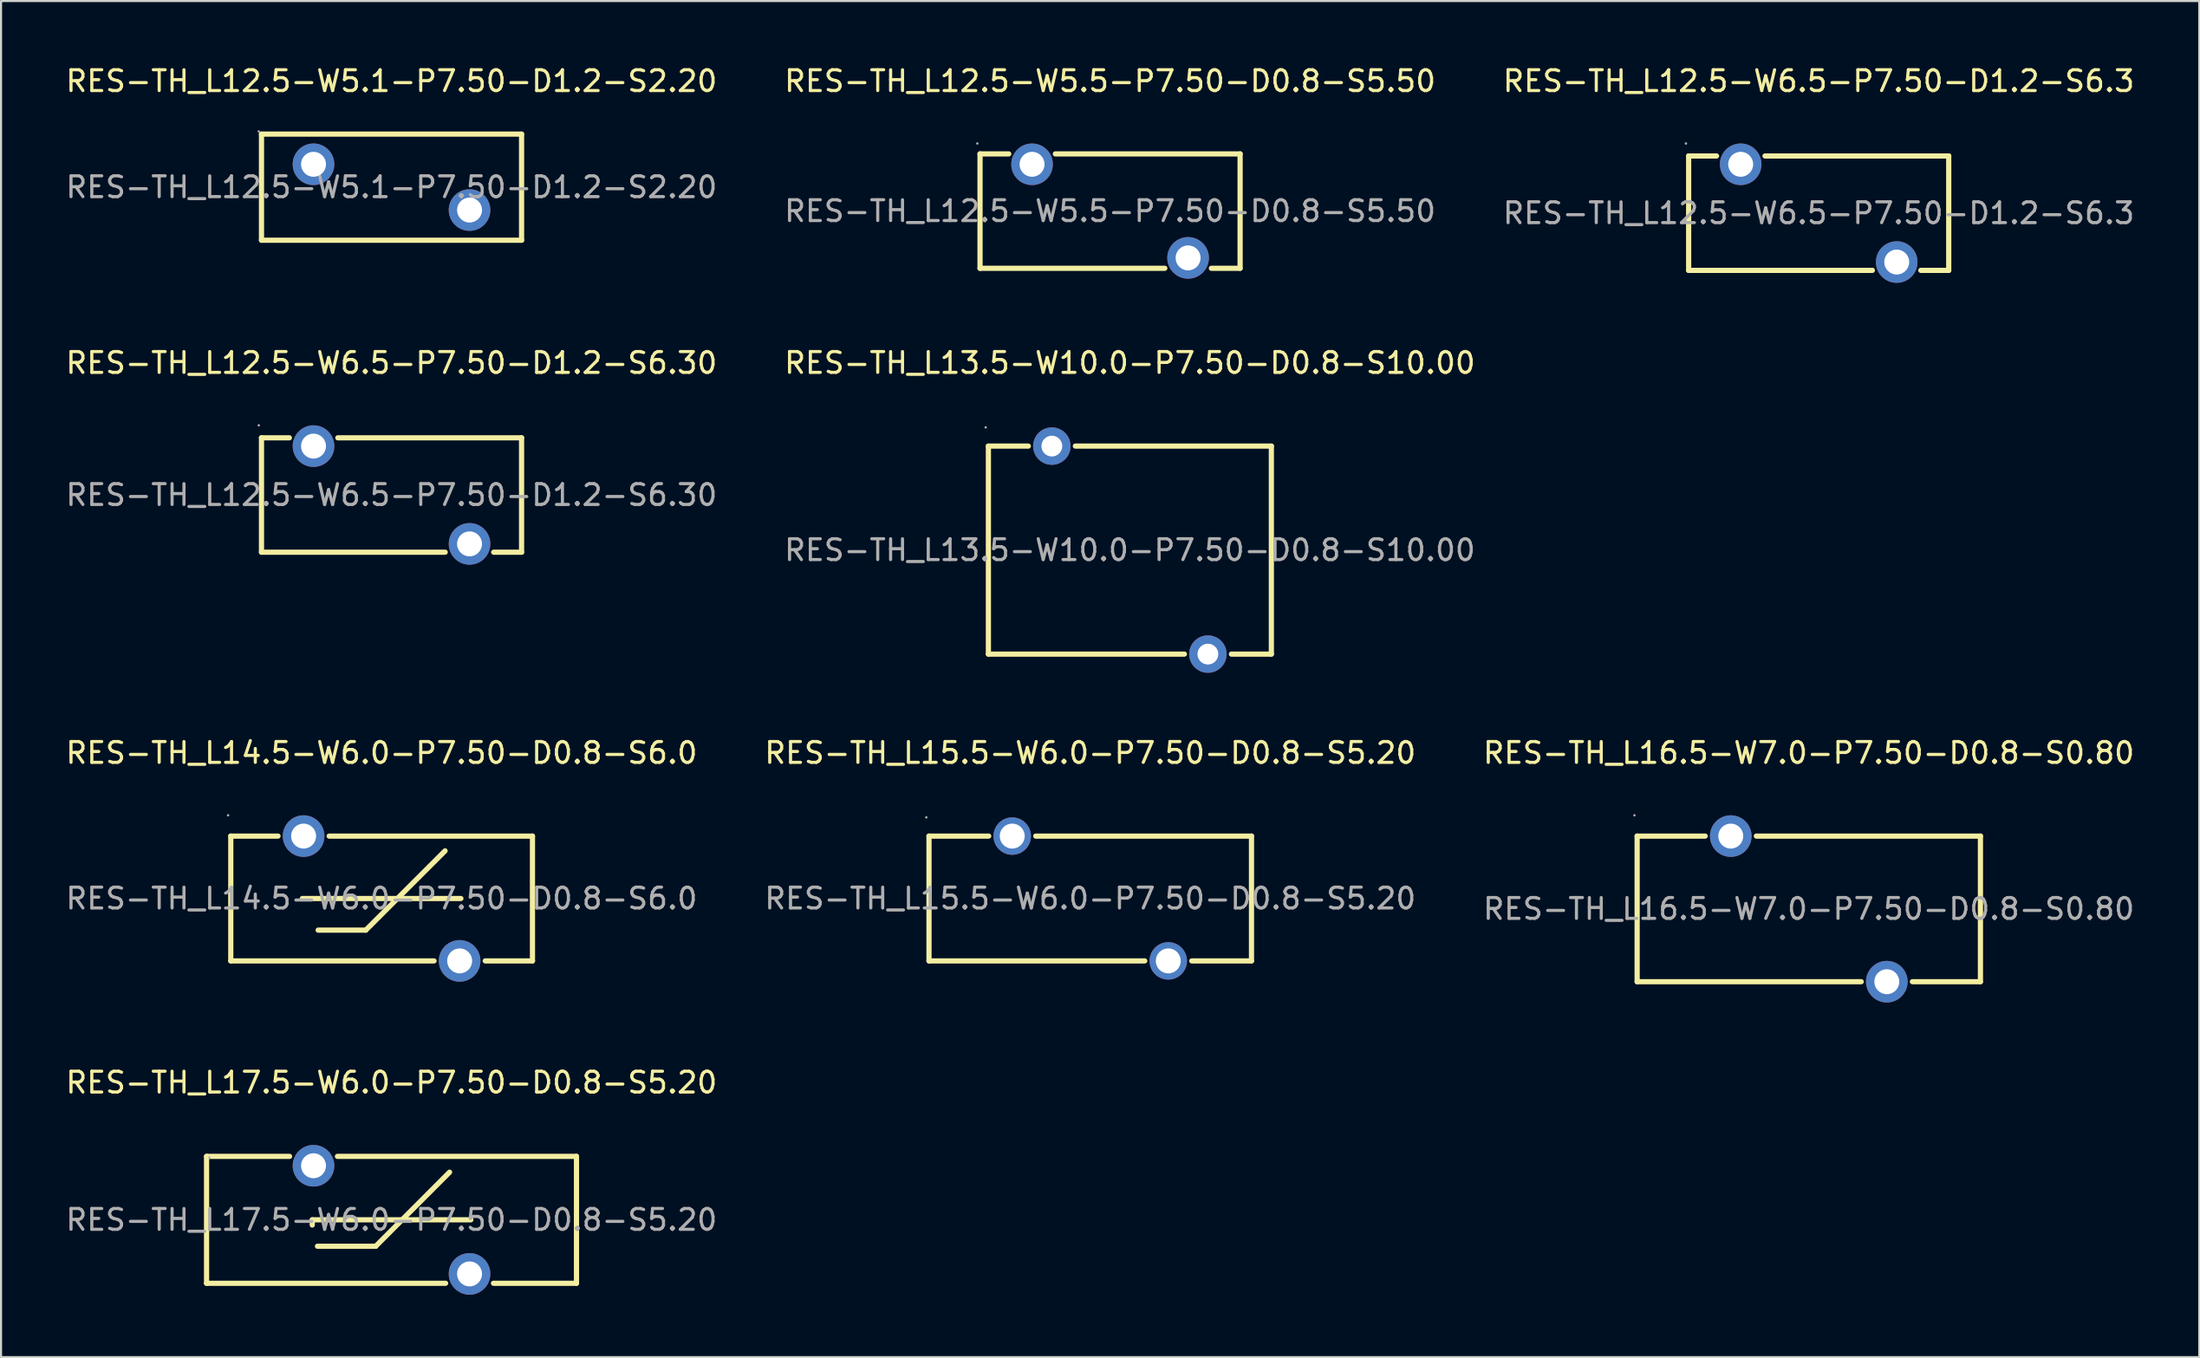
<source format=kicad_pcb>
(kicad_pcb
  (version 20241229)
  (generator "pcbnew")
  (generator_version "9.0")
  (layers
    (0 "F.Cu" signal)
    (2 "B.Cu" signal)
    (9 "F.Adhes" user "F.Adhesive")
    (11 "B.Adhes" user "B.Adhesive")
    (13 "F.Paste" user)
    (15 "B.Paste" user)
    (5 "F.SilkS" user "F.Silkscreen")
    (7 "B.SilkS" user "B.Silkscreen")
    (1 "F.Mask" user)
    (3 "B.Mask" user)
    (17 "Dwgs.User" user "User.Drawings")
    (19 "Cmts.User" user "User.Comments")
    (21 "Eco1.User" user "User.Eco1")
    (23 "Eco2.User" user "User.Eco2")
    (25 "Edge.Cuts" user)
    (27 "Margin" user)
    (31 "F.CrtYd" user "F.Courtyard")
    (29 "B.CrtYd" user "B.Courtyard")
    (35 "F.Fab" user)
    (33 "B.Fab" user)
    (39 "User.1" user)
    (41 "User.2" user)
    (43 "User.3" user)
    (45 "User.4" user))
  (footprint "RES-TH_L16.5-W7.0-P7.50-D0.8-S0.80"
    (layer "F.Cu")
    (at 83.887 40.645)
    (property "Reference" "RES-TH_L16.5-W7.0-P7.50-D0.8-S0.80" (at 0 -7.5 0) (layer "F.SilkS") (effects (font (size 1 1) (thickness 0.15))))
    (attr through_hole)
    (fp_line (start -8.25 -3.5) (end -4.98 -3.5) (stroke (width 0.25) (type solid)) (layer "F.SilkS"))
    (fp_line (start -8.25 3.5) (end -8.25 -3.5) (stroke (width 0.25) (type solid)) (layer "F.SilkS"))
    (fp_line (start -8.25 3.5) (end 2.52 3.5) (stroke (width 0.25) (type solid)) (layer "F.SilkS"))
    (fp_line (start -2.52 -3.5) (end 8.25 -3.5) (stroke (width 0.25) (type solid)) (layer "F.SilkS"))
    (fp_line (start 4.98 3.5) (end 8.25 3.5) (stroke (width 0.25) (type solid)) (layer "F.SilkS"))
    (fp_line (start 8.25 3.5) (end 8.25 -3.5) (stroke (width 0.25) (type solid)) (layer "F.SilkS"))
    (fp_circle (center -8.38 -4.5) (end -8.35 -4.5) (stroke (width 0.06) (type solid)) (fill no) (layer "F.Fab"))
    (fp_circle (center -3.75 -3.5) (end -3.5 -3.5) (stroke (width 0.5) (type solid)) (fill no) (layer "F.Fab"))
    (fp_circle (center 3.75 3.5) (end 4 3.5) (stroke (width 0.5) (type solid)) (fill no) (layer "F.Fab"))
    (fp_text user "${REFERENCE}" (at 0 0 0) (layer "F.Fab") (effects (font (size 1 1) (thickness 0.15))))
    (pad "1" thru_hole circle (at -3.75 -3.5) (size 2 2) (drill 1.2) (layers "*.Cu" "*.Paste" "*.Mask"))
    (pad "2" thru_hole circle (at 3.75 3.5) (size 2 2) (drill 1.2) (layers "*.Cu" "*.Paste" "*.Mask")))
  (footprint "RES-TH_L15.5-W6.0-P7.50-D0.8-S5.20"
    (layer "F.Cu")
    (at 49.351 40.145)
    (property "Reference" "RES-TH_L15.5-W6.0-P7.50-D0.8-S5.20" (at 0 -7 0) (layer "F.SilkS") (effects (font (size 1 1) (thickness 0.15))))
    (attr through_hole)
    (fp_line (start -7.75 -3) (end -4.88 -3) (stroke (width 0.25) (type solid)) (layer "F.SilkS"))
    (fp_line (start -7.75 3) (end -7.75 -3) (stroke (width 0.25) (type solid)) (layer "F.SilkS"))
    (fp_line (start -2.62 -3) (end 7.75 -3) (stroke (width 0.25) (type solid)) (layer "F.SilkS"))
    (fp_line (start 2.62 3) (end -7.75 3) (stroke (width 0.25) (type solid)) (layer "F.SilkS"))
    (fp_line (start 7.75 -3) (end 7.75 3) (stroke (width 0.25) (type solid)) (layer "F.SilkS"))
    (fp_line (start 7.75 3) (end 4.88 3) (stroke (width 0.25) (type solid)) (layer "F.SilkS"))
    (fp_circle (center -7.88 -3.9) (end -7.85 -3.9) (stroke (width 0.06) (type solid)) (fill no) (layer "F.Fab"))
    (fp_circle (center -3.75 -3) (end -3.5 -3) (stroke (width 0.5) (type solid)) (fill no) (layer "F.Fab"))
    (fp_circle (center 3.75 3) (end 4 3) (stroke (width 0.5) (type solid)) (fill no) (layer "F.Fab"))
    (fp_text user "${REFERENCE}" (at 0 0 0) (layer "F.Fab") (effects (font (size 1 1) (thickness 0.15))))
    (pad "1" thru_hole circle (at -3.75 -3) (size 1.8 1.8) (drill 1.2) (layers "*.Cu" "*.Paste" "*.Mask"))
    (pad "2" thru_hole circle (at 3.75 3) (size 1.8 1.8) (drill 1.2) (layers "*.Cu" "*.Paste" "*.Mask")))
  (footprint "RES-TH_L12.5-W5.1-P7.50-D1.2-S2.20"
    (layer "F.Cu")
    (at 15.768 5.948)
    (property "Reference" "RES-TH_L12.5-W5.1-P7.50-D1.2-S2.20" (at 0 -5.1 0) (layer "F.SilkS") (effects (font (size 1 1) (thickness 0.15))))
    (attr through_hole)
    (fp_line (start -6.25 -2.55) (end 6.25 -2.55) (stroke (width 0.25) (type solid)) (layer "F.SilkS"))
    (fp_line (start -6.25 2.55) (end -6.25 -2.55) (stroke (width 0.25) (type solid)) (layer "F.SilkS"))
    (fp_line (start 6.25 -2.55) (end 6.25 2.55) (stroke (width 0.25) (type solid)) (layer "F.SilkS"))
    (fp_line (start 6.25 2.55) (end -6.25 2.55) (stroke (width 0.25) (type solid)) (layer "F.SilkS"))
    (fp_circle (center -6.38 -2.68) (end -6.35 -2.68) (stroke (width 0.06) (type solid)) (fill no) (layer "F.Fab"))
    (fp_circle (center -3.75 -1.1) (end -3.5 -1.1) (stroke (width 0.5) (type solid)) (fill no) (layer "F.Fab"))
    (fp_circle (center 3.75 1.1) (end 4 1.1) (stroke (width 0.5) (type solid)) (fill no) (layer "F.Fab"))
    (fp_text user "${REFERENCE}" (at 0 0 0) (layer "F.Fab") (effects (font (size 1 1) (thickness 0.15))))
    (pad "1" thru_hole circle (at -3.75 -1.1) (size 2 2) (drill 1.2) (layers "*.Cu" "*.Paste" "*.Mask"))
    (pad "2" thru_hole circle (at 3.75 1.1) (size 2 2) (drill 1.2) (layers "*.Cu" "*.Paste" "*.Mask")))
  (footprint "RES-TH_L13.5-W10.0-P7.50-D0.8-S10.00"
    (layer "F.Cu")
    (at 51.256 23.396)
    (property "Reference" "RES-TH_L13.5-W10.0-P7.50-D0.8-S10.00" (at 0 -9 0) (layer "F.SilkS") (effects (font (size 1 1) (thickness 0.15))))
    (attr through_hole)
    (fp_line (start -6.8 -5) (end -6.8 5) (stroke (width 0.25) (type solid)) (layer "F.SilkS"))
    (fp_line (start -6.8 -5) (end -4.88 -5) (stroke (width 0.25) (type solid)) (layer "F.SilkS"))
    (fp_line (start -6.8 5) (end 2.62 5) (stroke (width 0.25) (type solid)) (layer "F.SilkS"))
    (fp_line (start -2.62 -5) (end 6.8 -5) (stroke (width 0.25) (type solid)) (layer "F.SilkS"))
    (fp_line (start 4.88 5) (end 6.8 5) (stroke (width 0.25) (type solid)) (layer "F.SilkS"))
    (fp_line (start 6.8 -5) (end 6.8 5) (stroke (width 0.25) (type solid)) (layer "F.SilkS"))
    (fp_circle (center -6.93 -5.9) (end -6.9 -5.9) (stroke (width 0.06) (type solid)) (fill no) (layer "F.Fab"))
    (fp_circle (center -3.75 -5) (end -3.55 -5) (stroke (width 0.4) (type solid)) (fill no) (layer "F.Fab"))
    (fp_circle (center 3.75 5) (end 3.95 5) (stroke (width 0.4) (type solid)) (fill no) (layer "F.Fab"))
    (fp_text user "${REFERENCE}" (at 0 0 0) (layer "F.Fab") (effects (font (size 1 1) (thickness 0.15))))
    (pad "1" thru_hole circle (at -3.75 -5) (size 1.8 1.8) (drill 1) (layers "*.Cu" "*.Paste" "*.Mask"))
    (pad "2" thru_hole circle (at 3.75 5) (size 1.8 1.8) (drill 1) (layers "*.Cu" "*.Paste" "*.Mask")))
  (footprint "RES-TH_L12.5-W6.5-P7.50-D1.2-S6.30"
    (layer "F.Cu")
    (at 15.768 20.747)
    (property "Reference" "RES-TH_L12.5-W6.5-P7.50-D1.2-S6.30" (at 0 -6.35 0) (layer "F.SilkS") (effects (font (size 1 1) (thickness 0.15))))
    (attr through_hole)
    (fp_line (start -6.25 -2.75) (end -4.91 -2.75) (stroke (width 0.25) (type solid)) (layer "F.SilkS"))
    (fp_line (start -6.25 2.75) (end -6.25 -2.75) (stroke (width 0.25) (type solid)) (layer "F.SilkS"))
    (fp_line (start -2.58 -2.75) (end 6.25 -2.75) (stroke (width 0.25) (type solid)) (layer "F.SilkS"))
    (fp_line (start 2.58 2.75) (end -6.25 2.75) (stroke (width 0.25) (type solid)) (layer "F.SilkS"))
    (fp_line (start 6.25 -2.75) (end 6.25 2.75) (stroke (width 0.25) (type solid)) (layer "F.SilkS"))
    (fp_line (start 6.25 2.75) (end 4.91 2.75) (stroke (width 0.25) (type solid)) (layer "F.SilkS"))
    (fp_circle (center -6.38 -3.35) (end -6.35 -3.35) (stroke (width 0.06) (type solid)) (fill no) (layer "F.Fab"))
    (fp_circle (center -3.75 -2.35) (end -3.5 -2.35) (stroke (width 0.5) (type solid)) (fill no) (layer "F.Fab"))
    (fp_circle (center 3.75 2.35) (end 4 2.35) (stroke (width 0.5) (type solid)) (fill no) (layer "F.Fab"))
    (fp_text user "${REFERENCE}" (at 0 0 0) (layer "F.Fab") (effects (font (size 1 1) (thickness 0.15))))
    (pad "1" thru_hole circle (at -3.75 -2.35) (size 2 2) (drill 1.2) (layers "*.Cu" "*.Paste" "*.Mask"))
    (pad "2" thru_hole circle (at 3.75 2.35) (size 2 2) (drill 1.2) (layers "*.Cu" "*.Paste" "*.Mask")))
  (footprint "RES-TH_L17.5-W6.0-P7.50-D0.8-S5.20"
    (layer "F.Cu")
    (at 15.768 55.593)
    (property "Reference" "RES-TH_L17.5-W6.0-P7.50-D0.8-S5.20" (at 0 -6.6 0) (layer "F.SilkS") (effects (font (size 1 1) (thickness 0.15))))
    (attr through_hole)
    (fp_line (start -8.89 -3.05) (end -4.9 -3.05) (stroke (width 0.25) (type solid)) (layer "F.SilkS"))
    (fp_line (start -8.89 3.05) (end -8.89 -3.05) (stroke (width 0.25) (type solid)) (layer "F.SilkS"))
    (fp_line (start -3.81 0) (end 3.81 0) (stroke (width 0.25) (type solid)) (layer "F.SilkS"))
    (fp_line (start -3.81 0.25) (end -3.81 0) (stroke (width 0.25) (type solid)) (layer "F.SilkS"))
    (fp_line (start -3.56 1.27) (end -0.76 1.27) (stroke (width 0.25) (type solid)) (layer "F.SilkS"))
    (fp_line (start -2.6 -3.05) (end 8.89 -3.05) (stroke (width 0.25) (type solid)) (layer "F.SilkS"))
    (fp_line (start -0.76 1.27) (end 2.79 -2.29) (stroke (width 0.25) (type solid)) (layer "F.SilkS"))
    (fp_line (start 2.6 3.05) (end -8.89 3.05) (stroke (width 0.25) (type solid)) (layer "F.SilkS"))
    (fp_line (start 8.89 -3.05) (end 8.89 3.05) (stroke (width 0.25) (type solid)) (layer "F.SilkS"))
    (fp_line (start 8.89 3.05) (end 4.9 3.05) (stroke (width 0.25) (type solid)) (layer "F.SilkS"))
    (fp_circle (center -8.75 -3) (end -8.72 -3) (stroke (width 0.06) (type solid)) (fill no) (layer "F.Fab"))
    (fp_circle (center -3.75 -2.6) (end -3.55 -2.6) (stroke (width 0.4) (type solid)) (fill no) (layer "F.Fab"))
    (fp_circle (center 3.75 2.6) (end 3.95 2.6) (stroke (width 0.4) (type solid)) (fill no) (layer "F.Fab"))
    (fp_text user "${REFERENCE}" (at 0 0 0) (layer "F.Fab") (effects (font (size 1 1) (thickness 0.15))))
    (pad "1" thru_hole circle (at -3.75 -2.6) (size 2 2) (drill 1.2) (layers "*.Cu" "*.Paste" "*.Mask"))
    (pad "2" thru_hole circle (at 3.75 2.6) (size 2 2) (drill 1.2) (layers "*.Cu" "*.Paste" "*.Mask")))
  (footprint "RES-TH_L12.5-W5.5-P7.50-D0.8-S5.50"
    (layer "F.Cu")
    (at 50.304 7.098)
    (property "Reference" "RES-TH_L12.5-W5.5-P7.50-D0.8-S5.50" (at 0 -6.25 0) (layer "F.SilkS") (effects (font (size 1 1) (thickness 0.15))))
    (attr through_hole)
    (fp_line (start -6.25 -2.75) (end -4.87 -2.75) (stroke (width 0.25) (type solid)) (layer "F.SilkS"))
    (fp_line (start -6.25 2.75) (end -6.25 -2.75) (stroke (width 0.25) (type solid)) (layer "F.SilkS"))
    (fp_line (start -6.25 2.75) (end 2.63 2.75) (stroke (width 0.25) (type solid)) (layer "F.SilkS"))
    (fp_line (start -2.63 -2.75) (end 6.25 -2.75) (stroke (width 0.25) (type solid)) (layer "F.SilkS"))
    (fp_line (start 4.87 2.75) (end 6.25 2.75) (stroke (width 0.25) (type solid)) (layer "F.SilkS"))
    (fp_line (start 6.25 -2.75) (end 6.25 2.75) (stroke (width 0.25) (type solid)) (layer "F.SilkS"))
    (fp_circle (center -6.38 -3.25) (end -6.35 -3.25) (stroke (width 0.06) (type solid)) (fill no) (layer "F.Fab"))
    (fp_circle (center -3.75 -2.25) (end -3.5 -2.25) (stroke (width 0.5) (type solid)) (fill no) (layer "F.Fab"))
    (fp_circle (center 3.75 2.25) (end 4 2.25) (stroke (width 0.5) (type solid)) (fill no) (layer "F.Fab"))
    (fp_text user "${REFERENCE}" (at 0 0 0) (layer "F.Fab") (effects (font (size 1 1) (thickness 0.15))))
    (pad "1" thru_hole circle (at -3.75 -2.25) (size 2 2) (drill 1.2) (layers "*.Cu" "*.Paste" "*.Mask"))
    (pad "2" thru_hole circle (at 3.75 2.25) (size 2 2) (drill 1.2) (layers "*.Cu" "*.Paste" "*.Mask")))
  (footprint "RES-TH_L12.5-W6.5-P7.50-D1.2-S6.3"
    (layer "F.Cu")
    (at 84.363 7.198)
    (property "Reference" "RES-TH_L12.5-W6.5-P7.50-D1.2-S6.3" (at 0 -6.35 0) (layer "F.SilkS") (effects (font (size 1 1) (thickness 0.15))))
    (attr through_hole)
    (fp_line (start -6.25 -2.75) (end -4.91 -2.75) (stroke (width 0.25) (type solid)) (layer "F.SilkS"))
    (fp_line (start -6.25 2.75) (end -6.25 -2.75) (stroke (width 0.25) (type solid)) (layer "F.SilkS"))
    (fp_line (start -2.58 -2.75) (end 6.25 -2.75) (stroke (width 0.25) (type solid)) (layer "F.SilkS"))
    (fp_line (start 2.58 2.75) (end -6.25 2.75) (stroke (width 0.25) (type solid)) (layer "F.SilkS"))
    (fp_line (start 6.25 -2.75) (end 6.25 2.75) (stroke (width 0.25) (type solid)) (layer "F.SilkS"))
    (fp_line (start 6.25 2.75) (end 4.91 2.75) (stroke (width 0.25) (type solid)) (layer "F.SilkS"))
    (fp_circle (center -6.38 -3.35) (end -6.35 -3.35) (stroke (width 0.06) (type solid)) (fill no) (layer "F.Fab"))
    (fp_circle (center -3.75 -2.35) (end -3.5 -2.35) (stroke (width 0.5) (type solid)) (fill no) (layer "F.Fab"))
    (fp_circle (center 3.75 2.35) (end 4 2.35) (stroke (width 0.5) (type solid)) (fill no) (layer "F.Fab"))
    (fp_text user "${REFERENCE}" (at 0 0 0) (layer "F.Fab") (effects (font (size 1 1) (thickness 0.15))))
    (pad "1" thru_hole circle (at -3.75 -2.35) (size 2 2) (drill 1.2) (layers "*.Cu" "*.Paste" "*.Mask"))
    (pad "2" thru_hole circle (at 3.75 2.35) (size 2 2) (drill 1.2) (layers "*.Cu" "*.Paste" "*.Mask")))
  (footprint "RES-TH_L14.5-W6.0-P7.50-D0.8-S6.0"
    (layer "F.Cu")
    (at 15.292 40.145)
    (property "Reference" "RES-TH_L14.5-W6.0-P7.50-D0.8-S6.0" (at 0 -7 0) (layer "F.SilkS") (effects (font (size 1 1) (thickness 0.15))))
    (attr through_hole)
    (fp_line (start -7.25 -3) (end -4.98 -3) (stroke (width 0.25) (type solid)) (layer "F.SilkS"))
    (fp_line (start -7.25 3) (end -7.25 -3) (stroke (width 0.25) (type solid)) (layer "F.SilkS"))
    (fp_line (start -7.25 3) (end 2.52 3) (stroke (width 0.25) (type solid)) (layer "F.SilkS"))
    (fp_line (start -3.81 0) (end 3.81 0) (stroke (width 0.25) (type solid)) (layer "F.SilkS"))
    (fp_line (start -3.05 1.52) (end -0.76 1.52) (stroke (width 0.25) (type solid)) (layer "F.SilkS"))
    (fp_line (start -2.52 -3) (end 7.25 -3) (stroke (width 0.25) (type solid)) (layer "F.SilkS"))
    (fp_line (start -0.76 1.52) (end 3.05 -2.29) (stroke (width 0.25) (type solid)) (layer "F.SilkS"))
    (fp_line (start 4.98 3) (end 7.25 3) (stroke (width 0.25) (type solid)) (layer "F.SilkS"))
    (fp_line (start 7.25 -3) (end 7.25 3) (stroke (width 0.25) (type solid)) (layer "F.SilkS"))
    (fp_circle (center -7.38 -4) (end -7.35 -4) (stroke (width 0.06) (type solid)) (fill no) (layer "F.Fab"))
    (fp_circle (center -3.75 -3) (end -3.5 -3) (stroke (width 0.5) (type solid)) (fill no) (layer "F.Fab"))
    (fp_circle (center 3.75 3) (end 4 3) (stroke (width 0.5) (type solid)) (fill no) (layer "F.Fab"))
    (fp_text user "${REFERENCE}" (at 0 0 0) (layer "F.Fab") (effects (font (size 1 1) (thickness 0.15))))
    (pad "1" thru_hole circle (at -3.75 -3) (size 2 2) (drill 1.2) (layers "*.Cu" "*.Paste" "*.Mask"))
    (pad "2" thru_hole circle (at 3.75 3) (size 2 2) (drill 1.2) (layers "*.Cu" "*.Paste" "*.Mask")))
  (gr_rect
    (start -3 -3)
    (end 102.655 62.193)
    (stroke (width 0.1) (type default))
    (fill no)
    (layer "Edge.Cuts")))
</source>
